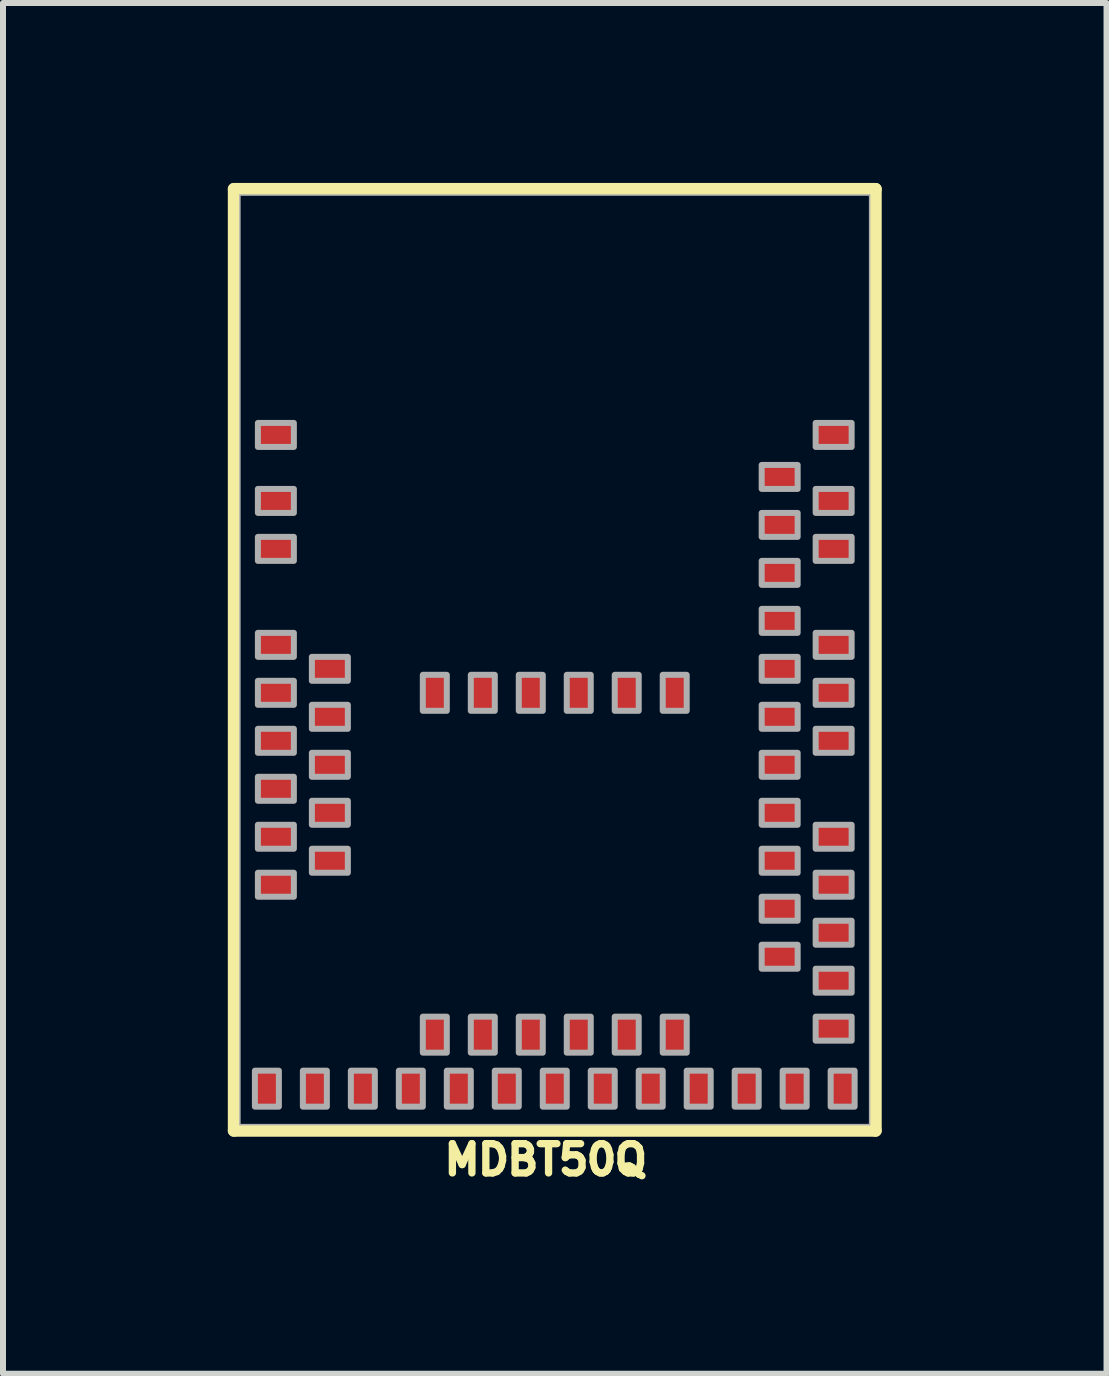
<source format=kicad_pcb>
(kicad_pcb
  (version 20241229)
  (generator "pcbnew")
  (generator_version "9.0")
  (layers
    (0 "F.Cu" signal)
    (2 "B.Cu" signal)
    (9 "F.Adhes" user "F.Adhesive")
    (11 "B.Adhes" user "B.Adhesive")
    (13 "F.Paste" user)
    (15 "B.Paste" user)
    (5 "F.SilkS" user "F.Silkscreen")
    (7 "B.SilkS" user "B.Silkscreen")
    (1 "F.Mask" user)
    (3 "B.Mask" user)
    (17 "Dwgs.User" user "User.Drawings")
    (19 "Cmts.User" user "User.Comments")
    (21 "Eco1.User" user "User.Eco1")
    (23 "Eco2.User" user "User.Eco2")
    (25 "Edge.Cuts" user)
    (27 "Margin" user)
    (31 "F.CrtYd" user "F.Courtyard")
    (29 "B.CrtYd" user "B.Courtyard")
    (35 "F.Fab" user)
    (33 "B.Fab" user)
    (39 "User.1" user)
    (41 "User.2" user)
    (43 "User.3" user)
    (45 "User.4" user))
  (footprint "MDBT50Q"
    (layer "F.Cu")
    (at 6.2 7.852)
    (property "Reference" "MDBT50Q" (at -0.15 8.15 0) (layer "F.SilkS") (effects (font (size 0.488 0.488) (thickness 0.122)) (justify top)))
    (fp_line (start -5.35 -7.75) (end 5.35 -7.75) (stroke (width 0.203) (type solid)) (layer "F.SilkS"))
    (fp_line (start -5.35 7.95) (end -5.35 -7.75) (stroke (width 0.203) (type solid)) (layer "F.SilkS"))
    (fp_line (start 5.35 -7.75) (end 5.35 7.95) (stroke (width 0.203) (type solid)) (layer "F.SilkS"))
    (fp_line (start 5.35 7.95) (end -5.35 7.95) (stroke (width 0.203) (type solid)) (layer "F.SilkS"))
    (fp_line (start -5.25 -7.65) (end 5.25 -7.65) (stroke (width 0.025) (type solid)) (layer "F.Fab"))
    (fp_line (start -5.25 7.85) (end -5.25 -7.65) (stroke (width 0.025) (type solid)) (layer "F.Fab"))
    (fp_line (start 5.25 -7.65) (end 5.25 7.85) (stroke (width 0.025) (type solid)) (layer "F.Fab"))
    (fp_line (start 5.25 7.85) (end -5.25 7.85) (stroke (width 0.025) (type solid)) (layer "F.Fab"))
    (fp_poly (pts (xy -5 7.55) (xy -4.6 7.55) (xy -4.6 6.95) (xy -5 6.95)) (stroke (width 0.1) (type default)) (fill no) (layer "F.Fab"))
    (fp_poly (pts (xy -4.95 -3.45) (xy -4.35 -3.45) (xy -4.35 -3.85) (xy -4.95 -3.85)) (stroke (width 0.1) (type default)) (fill no) (layer "F.Fab"))
    (fp_poly (pts (xy -4.95 -2.35) (xy -4.35 -2.35) (xy -4.35 -2.75) (xy -4.95 -2.75)) (stroke (width 0.1) (type default)) (fill no) (layer "F.Fab"))
    (fp_poly (pts (xy -4.95 -1.55) (xy -4.35 -1.55) (xy -4.35 -1.95) (xy -4.95 -1.95)) (stroke (width 0.1) (type default)) (fill no) (layer "F.Fab"))
    (fp_poly (pts (xy -4.95 0.05) (xy -4.35 0.05) (xy -4.35 -0.35) (xy -4.95 -0.35)) (stroke (width 0.1) (type default)) (fill no) (layer "F.Fab"))
    (fp_poly (pts (xy -4.95 0.85) (xy -4.35 0.85) (xy -4.35 0.45) (xy -4.95 0.45)) (stroke (width 0.1) (type default)) (fill no) (layer "F.Fab"))
    (fp_poly (pts (xy -4.95 1.65) (xy -4.35 1.65) (xy -4.35 1.25) (xy -4.95 1.25)) (stroke (width 0.1) (type default)) (fill no) (layer "F.Fab"))
    (fp_poly (pts (xy -4.95 2.45) (xy -4.35 2.45) (xy -4.35 2.05) (xy -4.95 2.05)) (stroke (width 0.1) (type default)) (fill no) (layer "F.Fab"))
    (fp_poly (pts (xy -4.95 3.25) (xy -4.35 3.25) (xy -4.35 2.85) (xy -4.95 2.85)) (stroke (width 0.1) (type default)) (fill no) (layer "F.Fab"))
    (fp_poly (pts (xy -4.95 4.05) (xy -4.35 4.05) (xy -4.35 3.65) (xy -4.95 3.65)) (stroke (width 0.1) (type default)) (fill no) (layer "F.Fab"))
    (fp_poly (pts (xy -4.2 7.55) (xy -3.8 7.55) (xy -3.8 6.95) (xy -4.2 6.95)) (stroke (width 0.1) (type default)) (fill no) (layer "F.Fab"))
    (fp_poly (pts (xy -4.05 0.45) (xy -3.45 0.45) (xy -3.45 0.05) (xy -4.05 0.05)) (stroke (width 0.1) (type default)) (fill no) (layer "F.Fab"))
    (fp_poly (pts (xy -4.05 1.25) (xy -3.45 1.25) (xy -3.45 0.85) (xy -4.05 0.85)) (stroke (width 0.1) (type default)) (fill no) (layer "F.Fab"))
    (fp_poly (pts (xy -4.05 2.05) (xy -3.45 2.05) (xy -3.45 1.65) (xy -4.05 1.65)) (stroke (width 0.1) (type default)) (fill no) (layer "F.Fab"))
    (fp_poly (pts (xy -4.05 2.85) (xy -3.45 2.85) (xy -3.45 2.45) (xy -4.05 2.45)) (stroke (width 0.1) (type default)) (fill no) (layer "F.Fab"))
    (fp_poly (pts (xy -4.05 3.65) (xy -3.45 3.65) (xy -3.45 3.25) (xy -4.05 3.25)) (stroke (width 0.1) (type default)) (fill no) (layer "F.Fab"))
    (fp_poly (pts (xy -3.4 7.55) (xy -3 7.55) (xy -3 6.95) (xy -3.4 6.95)) (stroke (width 0.1) (type default)) (fill no) (layer "F.Fab"))
    (fp_poly (pts (xy -2.6 7.55) (xy -2.2 7.55) (xy -2.2 6.95) (xy -2.6 6.95)) (stroke (width 0.1) (type default)) (fill no) (layer "F.Fab"))
    (fp_poly (pts (xy -2.2 0.95) (xy -1.8 0.95) (xy -1.8 0.35) (xy -2.2 0.35)) (stroke (width 0.1) (type default)) (fill no) (layer "F.Fab"))
    (fp_poly (pts (xy -2.2 6.65) (xy -1.8 6.65) (xy -1.8 6.05) (xy -2.2 6.05)) (stroke (width 0.1) (type default)) (fill no) (layer "F.Fab"))
    (fp_poly (pts (xy -1.8 7.55) (xy -1.4 7.55) (xy -1.4 6.95) (xy -1.8 6.95)) (stroke (width 0.1) (type default)) (fill no) (layer "F.Fab"))
    (fp_poly (pts (xy -1.4 0.95) (xy -1 0.95) (xy -1 0.35) (xy -1.4 0.35)) (stroke (width 0.1) (type default)) (fill no) (layer "F.Fab"))
    (fp_poly (pts (xy -1.4 6.65) (xy -1 6.65) (xy -1 6.05) (xy -1.4 6.05)) (stroke (width 0.1) (type default)) (fill no) (layer "F.Fab"))
    (fp_poly (pts (xy -1 7.55) (xy -0.6 7.55) (xy -0.6 6.95) (xy -1 6.95)) (stroke (width 0.1) (type default)) (fill no) (layer "F.Fab"))
    (fp_poly (pts (xy -0.6 0.95) (xy -0.2 0.95) (xy -0.2 0.35) (xy -0.6 0.35)) (stroke (width 0.1) (type default)) (fill no) (layer "F.Fab"))
    (fp_poly (pts (xy -0.6 6.65) (xy -0.2 6.65) (xy -0.2 6.05) (xy -0.6 6.05)) (stroke (width 0.1) (type default)) (fill no) (layer "F.Fab"))
    (fp_poly (pts (xy -0.2 7.55) (xy 0.2 7.55) (xy 0.2 6.95) (xy -0.2 6.95)) (stroke (width 0.1) (type default)) (fill no) (layer "F.Fab"))
    (fp_poly (pts (xy 0.2 0.95) (xy 0.6 0.95) (xy 0.6 0.35) (xy 0.2 0.35)) (stroke (width 0.1) (type default)) (fill no) (layer "F.Fab"))
    (fp_poly (pts (xy 0.2 6.65) (xy 0.6 6.65) (xy 0.6 6.05) (xy 0.2 6.05)) (stroke (width 0.1) (type default)) (fill no) (layer "F.Fab"))
    (fp_poly (pts (xy 0.6 7.55) (xy 1 7.55) (xy 1 6.95) (xy 0.6 6.95)) (stroke (width 0.1) (type default)) (fill no) (layer "F.Fab"))
    (fp_poly (pts (xy 1 0.95) (xy 1.4 0.95) (xy 1.4 0.35) (xy 1 0.35)) (stroke (width 0.1) (type default)) (fill no) (layer "F.Fab"))
    (fp_poly (pts (xy 1 6.65) (xy 1.4 6.65) (xy 1.4 6.05) (xy 1 6.05)) (stroke (width 0.1) (type default)) (fill no) (layer "F.Fab"))
    (fp_poly (pts (xy 1.4 7.55) (xy 1.8 7.55) (xy 1.8 6.95) (xy 1.4 6.95)) (stroke (width 0.1) (type default)) (fill no) (layer "F.Fab"))
    (fp_poly (pts (xy 1.8 0.95) (xy 2.2 0.95) (xy 2.2 0.35) (xy 1.8 0.35)) (stroke (width 0.1) (type default)) (fill no) (layer "F.Fab"))
    (fp_poly (pts (xy 1.8 6.65) (xy 2.2 6.65) (xy 2.2 6.05) (xy 1.8 6.05)) (stroke (width 0.1) (type default)) (fill no) (layer "F.Fab"))
    (fp_poly (pts (xy 2.2 7.55) (xy 2.6 7.55) (xy 2.6 6.95) (xy 2.2 6.95)) (stroke (width 0.1) (type default)) (fill no) (layer "F.Fab"))
    (fp_poly (pts (xy 3 7.55) (xy 3.4 7.55) (xy 3.4 6.95) (xy 3 6.95)) (stroke (width 0.1) (type default)) (fill no) (layer "F.Fab"))
    (fp_poly (pts (xy 3.45 -2.75) (xy 4.05 -2.75) (xy 4.05 -3.15) (xy 3.45 -3.15)) (stroke (width 0.1) (type default)) (fill no) (layer "F.Fab"))
    (fp_poly (pts (xy 3.45 -1.95) (xy 4.05 -1.95) (xy 4.05 -2.35) (xy 3.45 -2.35)) (stroke (width 0.1) (type default)) (fill no) (layer "F.Fab"))
    (fp_poly (pts (xy 3.45 -1.15) (xy 4.05 -1.15) (xy 4.05 -1.55) (xy 3.45 -1.55)) (stroke (width 0.1) (type default)) (fill no) (layer "F.Fab"))
    (fp_poly (pts (xy 3.45 -0.35) (xy 4.05 -0.35) (xy 4.05 -0.75) (xy 3.45 -0.75)) (stroke (width 0.1) (type default)) (fill no) (layer "F.Fab"))
    (fp_poly (pts (xy 3.45 0.45) (xy 4.05 0.45) (xy 4.05 0.05) (xy 3.45 0.05)) (stroke (width 0.1) (type default)) (fill no) (layer "F.Fab"))
    (fp_poly (pts (xy 3.45 1.25) (xy 4.05 1.25) (xy 4.05 0.85) (xy 3.45 0.85)) (stroke (width 0.1) (type default)) (fill no) (layer "F.Fab"))
    (fp_poly (pts (xy 3.45 2.05) (xy 4.05 2.05) (xy 4.05 1.65) (xy 3.45 1.65)) (stroke (width 0.1) (type default)) (fill no) (layer "F.Fab"))
    (fp_poly (pts (xy 3.45 2.85) (xy 4.05 2.85) (xy 4.05 2.45) (xy 3.45 2.45)) (stroke (width 0.1) (type default)) (fill no) (layer "F.Fab"))
    (fp_poly (pts (xy 3.45 3.65) (xy 4.05 3.65) (xy 4.05 3.25) (xy 3.45 3.25)) (stroke (width 0.1) (type default)) (fill no) (layer "F.Fab"))
    (fp_poly (pts (xy 3.45 4.45) (xy 4.05 4.45) (xy 4.05 4.05) (xy 3.45 4.05)) (stroke (width 0.1) (type default)) (fill no) (layer "F.Fab"))
    (fp_poly (pts (xy 3.45 5.25) (xy 4.05 5.25) (xy 4.05 4.85) (xy 3.45 4.85)) (stroke (width 0.1) (type default)) (fill no) (layer "F.Fab"))
    (fp_poly (pts (xy 3.8 7.55) (xy 4.2 7.55) (xy 4.2 6.95) (xy 3.8 6.95)) (stroke (width 0.1) (type default)) (fill no) (layer "F.Fab"))
    (fp_poly (pts (xy 4.35 -3.45) (xy 4.95 -3.45) (xy 4.95 -3.85) (xy 4.35 -3.85)) (stroke (width 0.1) (type default)) (fill no) (layer "F.Fab"))
    (fp_poly (pts (xy 4.35 -2.35) (xy 4.95 -2.35) (xy 4.95 -2.75) (xy 4.35 -2.75)) (stroke (width 0.1) (type default)) (fill no) (layer "F.Fab"))
    (fp_poly (pts (xy 4.35 -1.55) (xy 4.95 -1.55) (xy 4.95 -1.95) (xy 4.35 -1.95)) (stroke (width 0.1) (type default)) (fill no) (layer "F.Fab"))
    (fp_poly (pts (xy 4.35 0.05) (xy 4.95 0.05) (xy 4.95 -0.35) (xy 4.35 -0.35)) (stroke (width 0.1) (type default)) (fill no) (layer "F.Fab"))
    (fp_poly (pts (xy 4.35 0.85) (xy 4.95 0.85) (xy 4.95 0.45) (xy 4.35 0.45)) (stroke (width 0.1) (type default)) (fill no) (layer "F.Fab"))
    (fp_poly (pts (xy 4.35 1.65) (xy 4.95 1.65) (xy 4.95 1.25) (xy 4.35 1.25)) (stroke (width 0.1) (type default)) (fill no) (layer "F.Fab"))
    (fp_poly (pts (xy 4.35 3.25) (xy 4.95 3.25) (xy 4.95 2.85) (xy 4.35 2.85)) (stroke (width 0.1) (type default)) (fill no) (layer "F.Fab"))
    (fp_poly (pts (xy 4.35 4.05) (xy 4.95 4.05) (xy 4.95 3.65) (xy 4.35 3.65)) (stroke (width 0.1) (type default)) (fill no) (layer "F.Fab"))
    (fp_poly (pts (xy 4.35 4.85) (xy 4.95 4.85) (xy 4.95 4.45) (xy 4.35 4.45)) (stroke (width 0.1) (type default)) (fill no) (layer "F.Fab"))
    (fp_poly (pts (xy 4.35 5.65) (xy 4.95 5.65) (xy 4.95 5.25) (xy 4.35 5.25)) (stroke (width 0.1) (type default)) (fill no) (layer "F.Fab"))
    (fp_poly (pts (xy 4.35 6.45) (xy 4.95 6.45) (xy 4.95 6.05) (xy 4.35 6.05)) (stroke (width 0.1) (type default)) (fill no) (layer "F.Fab"))
    (fp_poly (pts (xy 4.6 7.55) (xy 5 7.55) (xy 5 6.95) (xy 4.6 6.95)) (stroke (width 0.1) (type default)) (fill no) (layer "F.Fab"))
    (pad "1" smd rect (at -4.65 -3.65) (size 0.6 0.4) (layers "F.Cu" "F.Mask" "F.Paste"))
    (pad "2" smd rect (at -4.65 -2.55) (size 0.6 0.4) (layers "F.Cu" "F.Mask" "F.Paste"))
    (pad "3" smd rect (at -4.65 -1.75) (size 0.6 0.4) (layers "F.Cu" "F.Mask" "F.Paste"))
    (pad "4" smd rect (at -4.65 -0.15) (size 0.6 0.4) (layers "F.Cu" "F.Mask" "F.Paste"))
    (pad "5" smd rect (at -3.75 0.25) (size 0.6 0.4) (layers "F.Cu" "F.Mask" "F.Paste"))
    (pad "6" smd rect (at -4.65 0.65) (size 0.6 0.4) (layers "F.Cu" "F.Mask" "F.Paste"))
    (pad "7" smd rect (at -3.75 1.05) (size 0.6 0.4) (layers "F.Cu" "F.Mask" "F.Paste"))
    (pad "8" smd rect (at -4.65 1.45) (size 0.6 0.4) (layers "F.Cu" "F.Mask" "F.Paste"))
    (pad "9" smd rect (at -3.75 1.85) (size 0.6 0.4) (layers "F.Cu" "F.Mask" "F.Paste"))
    (pad "10" smd rect (at -4.65 2.25) (size 0.6 0.4) (layers "F.Cu" "F.Mask" "F.Paste"))
    (pad "11" smd rect (at -3.75 2.65) (size 0.6 0.4) (layers "F.Cu" "F.Mask" "F.Paste"))
    (pad "12" smd rect (at -4.65 3.05) (size 0.6 0.4) (layers "F.Cu" "F.Mask" "F.Paste"))
    (pad "13" smd rect (at -3.75 3.45) (size 0.6 0.4) (layers "F.Cu" "F.Mask" "F.Paste"))
    (pad "14" smd rect (at -4.65 3.85) (size 0.6 0.4) (layers "F.Cu" "F.Mask" "F.Paste"))
    (pad "15" smd rect (at -4.8 7.25 90) (size 0.6 0.4) (layers "F.Cu" "F.Mask" "F.Paste"))
    (pad "16" smd rect (at -4 7.25 90) (size 0.6 0.4) (layers "F.Cu" "F.Mask" "F.Paste"))
    (pad "17" smd rect (at -3.2 7.25 90) (size 0.6 0.4) (layers "F.Cu" "F.Mask" "F.Paste"))
    (pad "18" smd rect (at -2.4 7.25 90) (size 0.6 0.4) (layers "F.Cu" "F.Mask" "F.Paste"))
    (pad "19" smd rect (at -2 6.35 90) (size 0.6 0.4) (layers "F.Cu" "F.Mask" "F.Paste"))
    (pad "20" smd rect (at -1.6 7.25 90) (size 0.6 0.4) (layers "F.Cu" "F.Mask" "F.Paste"))
    (pad "21" smd rect (at -1.2 6.35 90) (size 0.6 0.4) (layers "F.Cu" "F.Mask" "F.Paste"))
    (pad "22" smd rect (at -0.8 7.25 90) (size 0.6 0.4) (layers "F.Cu" "F.Mask" "F.Paste"))
    (pad "23" smd rect (at -0.4 6.35 90) (size 0.6 0.4) (layers "F.Cu" "F.Mask" "F.Paste"))
    (pad "24" smd rect (at 0 7.25 90) (size 0.6 0.4) (layers "F.Cu" "F.Mask" "F.Paste"))
    (pad "25" smd rect (at 0.4 6.35 90) (size 0.6 0.4) (layers "F.Cu" "F.Mask" "F.Paste"))
    (pad "26" smd rect (at 0.8 7.25 90) (size 0.6 0.4) (layers "F.Cu" "F.Mask" "F.Paste"))
    (pad "27" smd rect (at 1.2 6.35 90) (size 0.6 0.4) (layers "F.Cu" "F.Mask" "F.Paste"))
    (pad "28" smd rect (at 1.6 7.25 90) (size 0.6 0.4) (layers "F.Cu" "F.Mask" "F.Paste"))
    (pad "29" smd rect (at 2 6.35 90) (size 0.6 0.4) (layers "F.Cu" "F.Mask" "F.Paste"))
    (pad "30" smd rect (at 2.4 7.25 90) (size 0.6 0.4) (layers "F.Cu" "F.Mask" "F.Paste"))
    (pad "31" smd rect (at 3.2 7.25 90) (size 0.6 0.4) (layers "F.Cu" "F.Mask" "F.Paste"))
    (pad "32" smd rect (at 4 7.25 90) (size 0.6 0.4) (layers "F.Cu" "F.Mask" "F.Paste"))
    (pad "33" smd rect (at 4.8 7.25 90) (size 0.6 0.4) (layers "F.Cu" "F.Mask" "F.Paste"))
    (pad "34" smd rect (at 4.65 6.25 180) (size 0.6 0.4) (layers "F.Cu" "F.Mask" "F.Paste"))
    (pad "35" smd rect (at 4.65 5.45 180) (size 0.6 0.4) (layers "F.Cu" "F.Mask" "F.Paste"))
    (pad "36" smd rect (at 3.75 5.05 180) (size 0.6 0.4) (layers "F.Cu" "F.Mask" "F.Paste"))
    (pad "37" smd rect (at 4.65 4.65 180) (size 0.6 0.4) (layers "F.Cu" "F.Mask" "F.Paste"))
    (pad "38" smd rect (at 3.75 4.25 180) (size 0.6 0.4) (layers "F.Cu" "F.Mask" "F.Paste"))
    (pad "39" smd rect (at 4.65 3.85 180) (size 0.6 0.4) (layers "F.Cu" "F.Mask" "F.Paste"))
    (pad "40" smd rect (at 3.75 3.45 180) (size 0.6 0.4) (layers "F.Cu" "F.Mask" "F.Paste"))
    (pad "41" smd rect (at 4.65 3.05 180) (size 0.6 0.4) (layers "F.Cu" "F.Mask" "F.Paste"))
    (pad "42" smd rect (at 3.75 2.65 180) (size 0.6 0.4) (layers "F.Cu" "F.Mask" "F.Paste"))
    (pad "43" smd rect (at 3.75 1.85 180) (size 0.6 0.4) (layers "F.Cu" "F.Mask" "F.Paste"))
    (pad "44" smd rect (at 4.65 1.45 180) (size 0.6 0.4) (layers "F.Cu" "F.Mask" "F.Paste"))
    (pad "45" smd rect (at 3.75 1.05 180) (size 0.6 0.4) (layers "F.Cu" "F.Mask" "F.Paste"))
    (pad "46" smd rect (at 4.65 0.65 180) (size 0.6 0.4) (layers "F.Cu" "F.Mask" "F.Paste"))
    (pad "47" smd rect (at 3.75 0.25 180) (size 0.6 0.4) (layers "F.Cu" "F.Mask" "F.Paste"))
    (pad "48" smd rect (at 4.65 -0.15 180) (size 0.6 0.4) (layers "F.Cu" "F.Mask" "F.Paste"))
    (pad "49" smd rect (at 3.75 -0.55 180) (size 0.6 0.4) (layers "F.Cu" "F.Mask" "F.Paste"))
    (pad "50" smd rect (at 3.75 -1.35 180) (size 0.6 0.4) (layers "F.Cu" "F.Mask" "F.Paste"))
    (pad "51" smd rect (at 4.65 -1.75 180) (size 0.6 0.4) (layers "F.Cu" "F.Mask" "F.Paste"))
    (pad "52" smd rect (at 3.75 -2.15 180) (size 0.6 0.4) (layers "F.Cu" "F.Mask" "F.Paste"))
    (pad "53" smd rect (at 4.65 -2.55 180) (size 0.6 0.4) (layers "F.Cu" "F.Mask" "F.Paste"))
    (pad "54" smd rect (at 3.75 -2.95 180) (size 0.6 0.4) (layers "F.Cu" "F.Mask" "F.Paste"))
    (pad "55" smd rect (at 4.65 -3.65 180) (size 0.6 0.4) (layers "F.Cu" "F.Mask" "F.Paste"))
    (pad "56" smd rect (at -2 0.65 270) (size 0.6 0.4) (layers "F.Cu" "F.Mask" "F.Paste"))
    (pad "57" smd rect (at -1.2 0.65 270) (size 0.6 0.4) (layers "F.Cu" "F.Mask" "F.Paste"))
    (pad "58" smd rect (at -0.4 0.65 270) (size 0.6 0.4) (layers "F.Cu" "F.Mask" "F.Paste"))
    (pad "59" smd rect (at 0.4 0.65 270) (size 0.6 0.4) (layers "F.Cu" "F.Mask" "F.Paste"))
    (pad "60" smd rect (at 1.2 0.65 270) (size 0.6 0.4) (layers "F.Cu" "F.Mask" "F.Paste"))
    (pad "61" smd rect (at 2 0.65 270) (size 0.6 0.4) (layers "F.Cu" "F.Mask" "F.Paste"))
    (zone (net_name "") (layer "F.Cu") (hatch edge 0.5) (connect_pads) (min_thickness 0.25) (filled_areas_thickness no) (keepout (tracks not_allowed) (vias not_allowed) (pads not_allowed) (copperpour not_allowed) (footprints allowed)) (placement (enabled no)) (fill) (polygon (pts (xy 0 4.002) (xy 12.4 4.002) (xy 12.4 0.202) (xy 0 0.202))))
    (zone (net_name "") (layer "F.Cu") (hatch edge 0.5) (connect_pads) (min_thickness 0.25) (filled_areas_thickness no) (keepout (tracks not_allowed) (vias not_allowed) (pads not_allowed) (copperpour not_allowed) (footprints allowed)) (placement (enabled no)) (fill) (polygon (pts (xy 3.9 5.202) (xy 5.5 5.202) (xy 5.5 4.002) (xy 3.9 4.002))))
    (zone (net_name "") (layer "B.Cu") (hatch edge 0.5) (connect_pads) (min_thickness 0.25) (filled_areas_thickness no) (keepout (tracks not_allowed) (vias not_allowed) (pads not_allowed) (copperpour not_allowed) (footprints allowed)) (placement (enabled no)) (fill) (polygon (pts (xy 0 4.002) (xy 12.4 4.002) (xy 12.4 0.202) (xy 0 0.202)))))
  (gr_rect
    (start -3 -3)
    (end 15.4 19.855)
    (stroke (width 0.1) (type default))
    (fill no)
    (layer "Edge.Cuts")))
</source>
